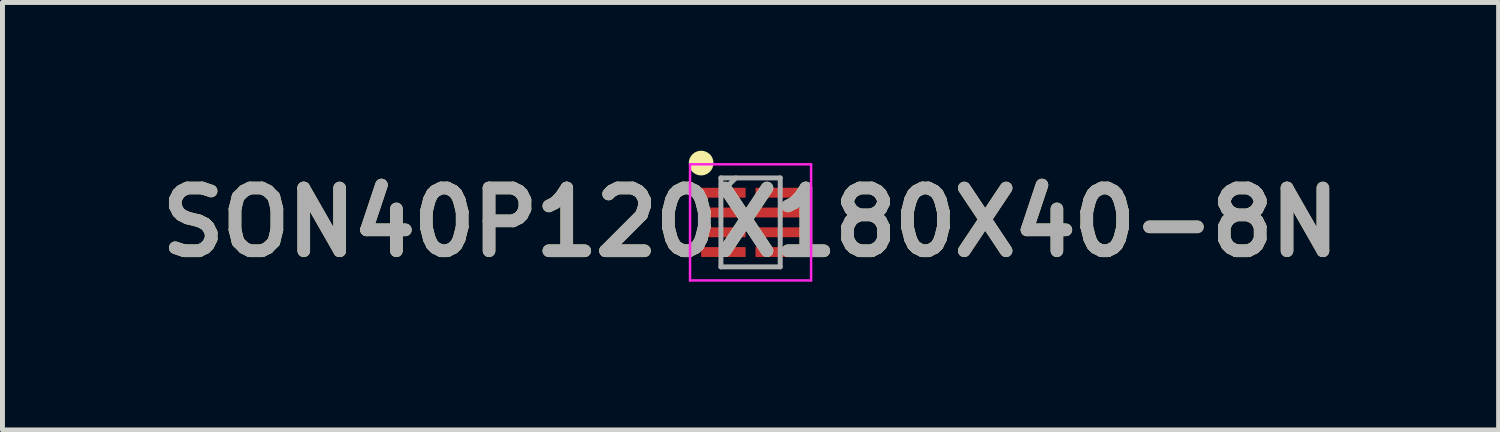
<source format=kicad_pcb>
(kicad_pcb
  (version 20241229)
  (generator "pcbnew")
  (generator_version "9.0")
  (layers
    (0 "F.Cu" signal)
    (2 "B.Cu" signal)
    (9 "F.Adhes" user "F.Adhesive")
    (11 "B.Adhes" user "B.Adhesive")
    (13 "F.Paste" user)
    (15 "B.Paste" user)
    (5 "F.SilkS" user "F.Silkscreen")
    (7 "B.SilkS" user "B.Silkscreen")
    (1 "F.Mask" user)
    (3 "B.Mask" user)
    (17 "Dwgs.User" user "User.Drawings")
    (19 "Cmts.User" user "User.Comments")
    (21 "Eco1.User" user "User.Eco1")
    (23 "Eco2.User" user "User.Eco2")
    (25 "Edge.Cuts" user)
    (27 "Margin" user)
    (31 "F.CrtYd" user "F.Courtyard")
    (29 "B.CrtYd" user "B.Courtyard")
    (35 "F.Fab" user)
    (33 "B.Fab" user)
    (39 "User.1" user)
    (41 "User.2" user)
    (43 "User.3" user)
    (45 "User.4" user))
  (footprint "SON40P120X180X40-8N"
    (layer "F.Cu")
    (at 12.138 1.45)
    (property "Reference" "SON40P120X180X40-8N" (at 0 0 0) (layer "F.SilkS") (effects (font (size 1.27 1.27) (thickness 0.254))))
    (attr smd)
    (fp_circle (center -1 -1.2) (end -1 -1.075) (stroke (width 0.25) (type solid)) (fill no) (layer "F.SilkS"))
    (fp_line (start -1.225 -1.175) (end 1.225 -1.175) (stroke (width 0.05) (type solid)) (layer "F.CrtYd"))
    (fp_line (start -1.225 1.175) (end -1.225 -1.175) (stroke (width 0.05) (type solid)) (layer "F.CrtYd"))
    (fp_line (start 1.225 -1.175) (end 1.225 1.175) (stroke (width 0.05) (type solid)) (layer "F.CrtYd"))
    (fp_line (start 1.225 1.175) (end -1.225 1.175) (stroke (width 0.05) (type solid)) (layer "F.CrtYd"))
    (fp_line (start -0.6 -0.9) (end 0.6 -0.9) (stroke (width 0.1) (type solid)) (layer "F.Fab"))
    (fp_line (start -0.6 -0.6) (end -0.3 -0.9) (stroke (width 0.1) (type solid)) (layer "F.Fab"))
    (fp_line (start -0.6 0.9) (end -0.6 -0.9) (stroke (width 0.1) (type solid)) (layer "F.Fab"))
    (fp_line (start 0.6 -0.9) (end 0.6 0.9) (stroke (width 0.1) (type solid)) (layer "F.Fab"))
    (fp_line (start 0.6 0.9) (end -0.6 0.9) (stroke (width 0.1) (type solid)) (layer "F.Fab"))
    (fp_text user "${REFERENCE}" (at 0 0 0) (layer "F.Fab") (effects (font (size 1.27 1.27) (thickness 0.254))))
    (pad "1" smd rect (at -0.55 -0.6 90) (size 0.2 0.9) (layers "F.Cu" "F.Mask" "F.Paste"))
    (pad "2" smd rect (at -0.55 -0.2 90) (size 0.2 0.9) (layers "F.Cu" "F.Mask" "F.Paste"))
    (pad "3" smd rect (at -0.55 0.2 90) (size 0.2 0.9) (layers "F.Cu" "F.Mask" "F.Paste"))
    (pad "4" smd rect (at -0.55 0.6 90) (size 0.2 0.9) (layers "F.Cu" "F.Mask" "F.Paste"))
    (pad "5" smd rect (at 0.55 0.6 90) (size 0.2 0.9) (layers "F.Cu" "F.Mask" "F.Paste"))
    (pad "6" smd rect (at 0.55 0.2 90) (size 0.2 0.9) (layers "F.Cu" "F.Mask" "F.Paste"))
    (pad "7" smd rect (at 0.55 -0.2 90) (size 0.2 0.9) (layers "F.Cu" "F.Mask" "F.Paste"))
    (pad "8" smd rect (at 0.55 -0.6 90) (size 0.2 0.9) (layers "F.Cu" "F.Mask" "F.Paste")))
  (gr_rect
    (start -3 -3)
    (end 27.275 5.65)
    (stroke (width 0.1) (type default))
    (fill no)
    (layer "Edge.Cuts")))
</source>
